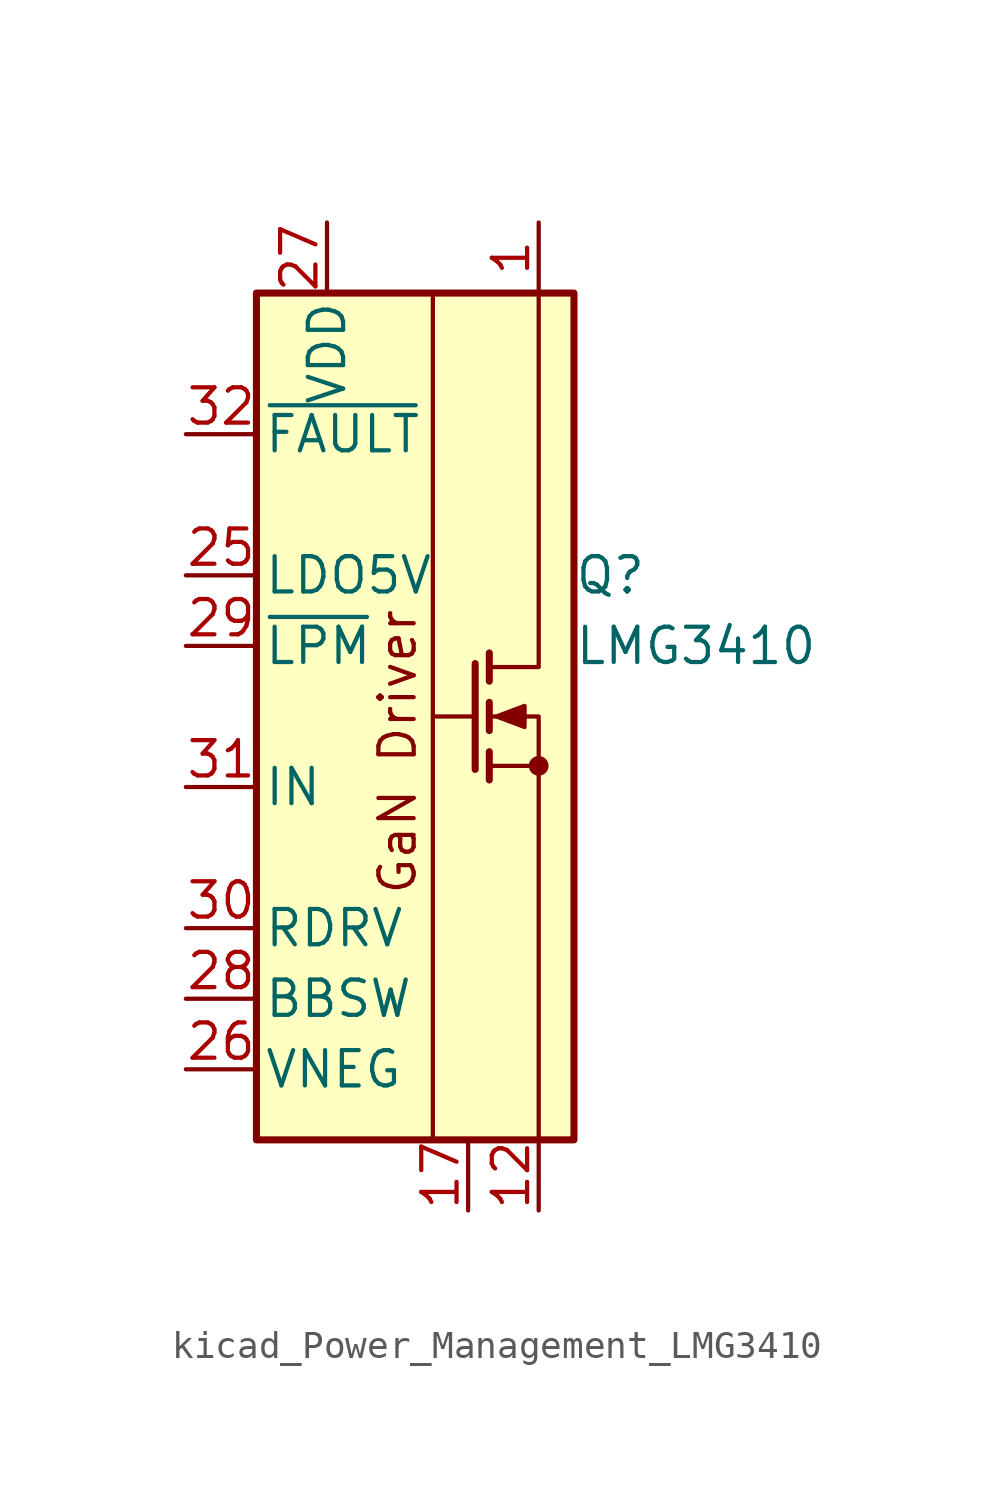
<source format=kicad_sym>
(kicad_symbol_lib
  (version 20220914)
  (generator kicad_symbol_editor)
  (symbol "kicad_Power_Management_LMG3410"
    (pin_names
      (offset 0.254))
    (property "Reference" "Q"
      (at 6.35 5.08 0)
      (effects (font (size 1.27 1.27)) (justify left)))
    (property "Value" "LMG3410"
      (at 6.35 2.54 0)
      (effects (font (size 1.27 1.27)) (justify left)))
    (symbol "kicad_Power_Management_LMG3410_0_1"
      (rectangle (start -5.08 15.24) (end 6.35 -15.24) (stroke (width 0.254) (type default)) (fill (type background)))
      (polyline (pts (xy 1.27 0) (xy 2.794 0)) (stroke (width 0) (type default)) (fill (type none)))
      (polyline (pts (xy 1.27 15.24) (xy 1.27 -15.24)) (stroke (width 0) (type default)) (fill (type none)))
      (polyline (pts (xy 3.302 -1.778) (xy 5.08 -1.778)) (stroke (width 0) (type default)) (fill (type none)))
      (polyline (pts (xy 3.302 -1.27) (xy 3.302 -2.286)) (stroke (width 0.254) (type default)) (fill (type none)))
      (polyline (pts (xy 3.302 0.508) (xy 3.302 -0.508)) (stroke (width 0.254) (type default)) (fill (type none)))
      (polyline (pts (xy 3.302 2.286) (xy 3.302 1.27)) (stroke (width 0.254) (type default)) (fill (type none)))
      (polyline (pts (xy 2.794 1.905) (xy 2.794 -1.905) (xy 2.794 -1.905)) (stroke (width 0.254) (type default)) (fill (type none)))
      (polyline (pts (xy 3.302 0) (xy 5.08 0) (xy 5.08 -15.24)) (stroke (width 0) (type default)) (fill (type none)))
      (polyline (pts (xy 5.08 15.24) (xy 5.08 1.778) (xy 3.302 1.778)) (stroke (width 0) (type default)) (fill (type none)))
      (polyline (pts (xy 3.556 0) (xy 4.572 0.381) (xy 4.572 -0.381) (xy 3.556 0)) (stroke (width 0) (type default)) (fill (type outline)))
      (circle (center 5.08 -1.778) (radius 0.279) (stroke (width 0) (type default)) (fill (type outline))))
    (symbol "kicad_Power_Management_LMG3410_1_0"
      (text "GaN Driver" (at 0 -1.27 900) (effects (font (size 1.27 1.27)))))
    (symbol "kicad_Power_Management_LMG3410_1_1"
      (pin passive line (at 5.08 17.78 270) (length 2.54) (name "~" (effects (font (size 1.27 1.27)))) (number "1" (effects (font (size 1.27 1.27)))))
      (pin passive line (at 5.08 17.78 270) (length 2.54) hide (name "~" (effects (font (size 1.27 1.27)))) (number "10" (effects (font (size 1.27 1.27)))))
      (pin passive line (at 5.08 17.78 270) (length 2.54) hide (name "~" (effects (font (size 1.27 1.27)))) (number "11" (effects (font (size 1.27 1.27)))))
      (pin passive line (at 5.08 -17.78 90) (length 2.54) (name "~" (effects (font (size 1.27 1.27)))) (number "12" (effects (font (size 1.27 1.27)))))
      (pin passive line (at 5.08 -17.78 90) (length 2.54) hide (name "~" (effects (font (size 1.27 1.27)))) (number "13" (effects (font (size 1.27 1.27)))))
      (pin passive line (at 5.08 -17.78 90) (length 2.54) hide (name "~" (effects (font (size 1.27 1.27)))) (number "14" (effects (font (size 1.27 1.27)))))
      (pin passive line (at 5.08 -17.78 90) (length 2.54) hide (name "~" (effects (font (size 1.27 1.27)))) (number "15" (effects (font (size 1.27 1.27)))))
      (pin passive line (at 5.08 -17.78 90) (length 2.54) hide (name "~" (effects (font (size 1.27 1.27)))) (number "16" (effects (font (size 1.27 1.27)))))
      (pin passive line (at 2.54 -17.78 90) (length 2.54) (name "~" (effects (font (size 1.27 1.27)))) (number "17" (effects (font (size 1.27 1.27)))))
      (pin passive line (at 5.08 -17.78 90) (length 2.54) hide (name "~" (effects (font (size 1.27 1.27)))) (number "18" (effects (font (size 1.27 1.27)))))
      (pin passive line (at 5.08 -17.78 90) (length 2.54) hide (name "~" (effects (font (size 1.27 1.27)))) (number "19" (effects (font (size 1.27 1.27)))))
      (pin passive line (at 5.08 17.78 270) (length 2.54) hide (name "~" (effects (font (size 1.27 1.27)))) (number "2" (effects (font (size 1.27 1.27)))))
      (pin passive line (at 5.08 -17.78 90) (length 2.54) hide (name "~" (effects (font (size 1.27 1.27)))) (number "20" (effects (font (size 1.27 1.27)))))
      (pin passive line (at 5.08 -17.78 90) (length 2.54) hide (name "~" (effects (font (size 1.27 1.27)))) (number "21" (effects (font (size 1.27 1.27)))))
      (pin passive line (at 5.08 -17.78 90) (length 2.54) hide (name "~" (effects (font (size 1.27 1.27)))) (number "22" (effects (font (size 1.27 1.27)))))
      (pin passive line (at 5.08 -17.78 90) (length 2.54) hide (name "~" (effects (font (size 1.27 1.27)))) (number "23" (effects (font (size 1.27 1.27)))))
      (pin passive line (at 5.08 -17.78 90) (length 2.54) hide (name "~" (effects (font (size 1.27 1.27)))) (number "24" (effects (font (size 1.27 1.27)))))
      (pin power_out line (at -7.62 5.08 0) (length 2.54) (name "LDO5V" (effects (font (size 1.27 1.27)))) (number "25" (effects (font (size 1.27 1.27)))))
      (pin power_in line (at -7.62 -12.7 0) (length 2.54) (name "VNEG" (effects (font (size 1.27 1.27)))) (number "26" (effects (font (size 1.27 1.27)))))
      (pin power_in line (at -2.54 17.78 270) (length 2.54) (name "VDD" (effects (font (size 1.27 1.27)))) (number "27" (effects (font (size 1.27 1.27)))))
      (pin passive line (at -7.62 -10.16 0) (length 2.54) (name "BBSW" (effects (font (size 1.27 1.27)))) (number "28" (effects (font (size 1.27 1.27)))))
      (pin input line (at -7.62 2.54 0) (length 2.54) (name "~{LPM}" (effects (font (size 1.27 1.27)))) (number "29" (effects (font (size 1.27 1.27)))))
      (pin passive line (at 5.08 17.78 270) (length 2.54) hide (name "~" (effects (font (size 1.27 1.27)))) (number "3" (effects (font (size 1.27 1.27)))))
      (pin passive line (at -7.62 -7.62 0) (length 2.54) (name "RDRV" (effects (font (size 1.27 1.27)))) (number "30" (effects (font (size 1.27 1.27)))))
      (pin input line (at -7.62 -2.54 0) (length 2.54) (name "IN" (effects (font (size 1.27 1.27)))) (number "31" (effects (font (size 1.27 1.27)))))
      (pin output line (at -7.62 10.16 0) (length 2.54) (name "~{FAULT}" (effects (font (size 1.27 1.27)))) (number "32" (effects (font (size 1.27 1.27)))))
      (pin passive line (at 5.08 -17.78 90) (length 2.54) hide (name "~" (effects (font (size 1.27 1.27)))) (number "33" (effects (font (size 1.27 1.27)))))
      (pin passive line (at 5.08 17.78 270) (length 2.54) hide (name "~" (effects (font (size 1.27 1.27)))) (number "4" (effects (font (size 1.27 1.27)))))
      (pin passive line (at 5.08 17.78 270) (length 2.54) hide (name "~" (effects (font (size 1.27 1.27)))) (number "5" (effects (font (size 1.27 1.27)))))
      (pin passive line (at 5.08 17.78 270) (length 2.54) hide (name "~" (effects (font (size 1.27 1.27)))) (number "6" (effects (font (size 1.27 1.27)))))
      (pin passive line (at 5.08 17.78 270) (length 2.54) hide (name "~" (effects (font (size 1.27 1.27)))) (number "7" (effects (font (size 1.27 1.27)))))
      (pin passive line (at 5.08 17.78 270) (length 2.54) hide (name "~" (effects (font (size 1.27 1.27)))) (number "8" (effects (font (size 1.27 1.27)))))
      (pin passive line (at 5.08 17.78 270) (length 2.54) hide (name "~" (effects (font (size 1.27 1.27)))) (number "9" (effects (font (size 1.27 1.27))))))))
</source>
